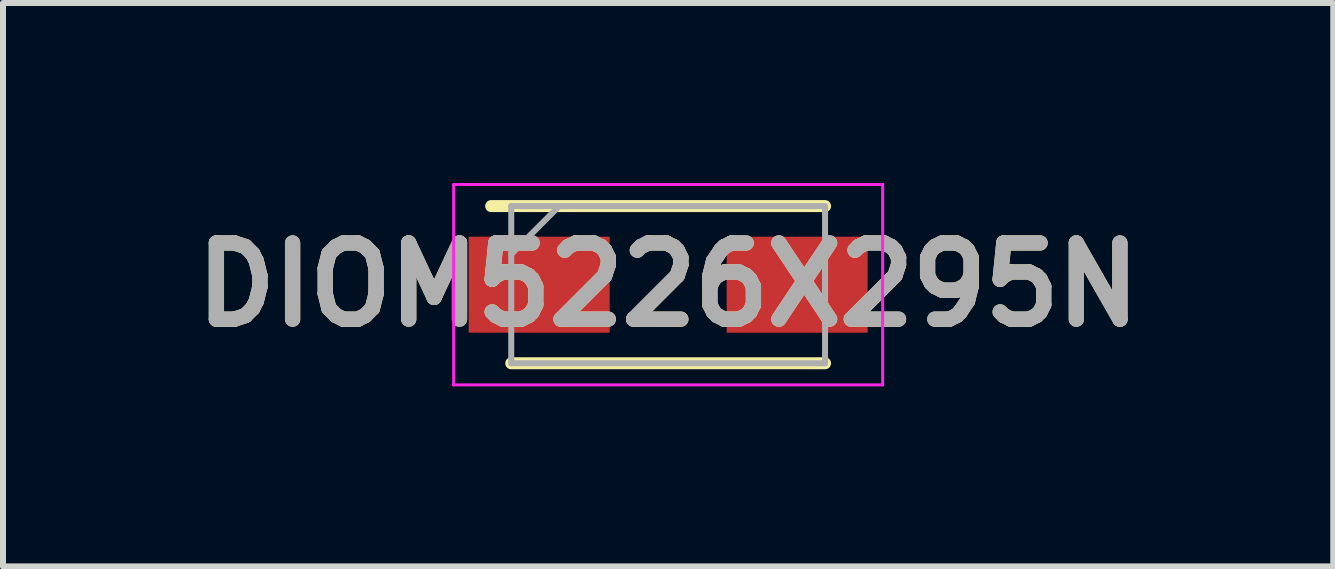
<source format=kicad_pcb>
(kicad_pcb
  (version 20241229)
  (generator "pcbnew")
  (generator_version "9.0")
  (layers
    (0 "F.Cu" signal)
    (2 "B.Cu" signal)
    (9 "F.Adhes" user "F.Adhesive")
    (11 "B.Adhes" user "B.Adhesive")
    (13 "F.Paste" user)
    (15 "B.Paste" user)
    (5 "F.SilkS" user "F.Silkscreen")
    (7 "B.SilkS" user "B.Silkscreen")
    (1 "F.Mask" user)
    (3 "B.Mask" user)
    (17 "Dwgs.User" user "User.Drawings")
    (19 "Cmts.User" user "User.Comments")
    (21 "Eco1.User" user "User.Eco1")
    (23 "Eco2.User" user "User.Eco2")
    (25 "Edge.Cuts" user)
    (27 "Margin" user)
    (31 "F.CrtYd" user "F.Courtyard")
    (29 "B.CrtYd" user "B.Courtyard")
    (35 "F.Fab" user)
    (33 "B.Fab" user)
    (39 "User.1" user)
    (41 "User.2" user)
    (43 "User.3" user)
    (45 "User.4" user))
  (footprint "DIOM5226X295N"
    (layer "F.Cu")
    (at 8.086 1.695)
    (property "Reference" "DIOM5226X295N" (at 0 0 0) (layer "F.SilkS") (effects (font (size 1.27 1.27) (thickness 0.254))))
    (attr smd)
    (fp_line (start -2.615 1.31) (end 2.615 1.31) (stroke (width 0.2) (type solid)) (layer "F.SilkS"))
    (fp_line (start 2.615 -1.31) (end -2.95 -1.31) (stroke (width 0.2) (type solid)) (layer "F.SilkS"))
    (fp_line (start -3.575 -1.67) (end 3.575 -1.67) (stroke (width 0.05) (type solid)) (layer "F.CrtYd"))
    (fp_line (start -3.575 1.67) (end -3.575 -1.67) (stroke (width 0.05) (type solid)) (layer "F.CrtYd"))
    (fp_line (start 3.575 -1.67) (end 3.575 1.67) (stroke (width 0.05) (type solid)) (layer "F.CrtYd"))
    (fp_line (start 3.575 1.67) (end -3.575 1.67) (stroke (width 0.05) (type solid)) (layer "F.CrtYd"))
    (fp_line (start -2.615 -1.31) (end 2.615 -1.31) (stroke (width 0.1) (type solid)) (layer "F.Fab"))
    (fp_line (start -2.615 -0.51) (end -1.815 -1.31) (stroke (width 0.1) (type solid)) (layer "F.Fab"))
    (fp_line (start -2.615 1.31) (end -2.615 -1.31) (stroke (width 0.1) (type solid)) (layer "F.Fab"))
    (fp_line (start 2.615 -1.31) (end 2.615 1.31) (stroke (width 0.1) (type solid)) (layer "F.Fab"))
    (fp_line (start 2.615 1.31) (end -2.615 1.31) (stroke (width 0.1) (type solid)) (layer "F.Fab"))
    (fp_text user "${REFERENCE}" (at 0 0 0) (layer "F.Fab") (effects (font (size 1.27 1.27) (thickness 0.254))))
    (pad "1" smd rect (at -2.15 0 90) (size 1.6 2.35) (layers "F.Cu" "F.Mask" "F.Paste"))
    (pad "2" smd rect (at 2.15 0 90) (size 1.6 2.35) (layers "F.Cu" "F.Mask" "F.Paste")))
  (gr_rect
    (start -3 -3)
    (end 19.171 6.39)
    (stroke (width 0.1) (type default))
    (fill no)
    (layer "Edge.Cuts")))
</source>
